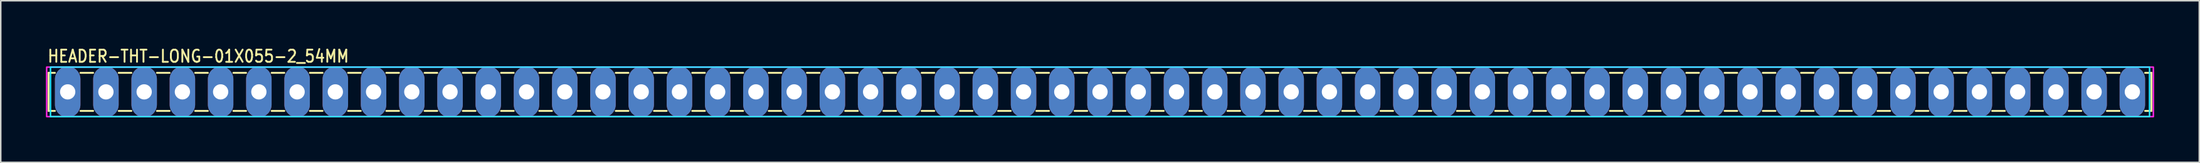
<source format=kicad_pcb>
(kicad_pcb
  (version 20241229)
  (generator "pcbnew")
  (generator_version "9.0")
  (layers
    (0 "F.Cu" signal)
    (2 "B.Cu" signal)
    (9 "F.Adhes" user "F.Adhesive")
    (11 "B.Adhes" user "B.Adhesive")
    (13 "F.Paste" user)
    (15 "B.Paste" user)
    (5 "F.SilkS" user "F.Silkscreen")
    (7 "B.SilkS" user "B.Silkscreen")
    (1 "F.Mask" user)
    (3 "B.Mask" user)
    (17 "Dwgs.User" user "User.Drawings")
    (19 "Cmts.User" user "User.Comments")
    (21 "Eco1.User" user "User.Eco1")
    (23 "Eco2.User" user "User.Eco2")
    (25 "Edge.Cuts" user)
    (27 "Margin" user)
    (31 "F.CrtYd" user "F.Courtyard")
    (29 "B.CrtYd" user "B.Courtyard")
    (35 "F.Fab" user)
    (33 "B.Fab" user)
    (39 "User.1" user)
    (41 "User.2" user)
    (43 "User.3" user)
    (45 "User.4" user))
  (footprint "HEADER-THT-LONG-01X055-2_54MM"
    (layer "F.Cu")
    (at 1.447 3.079)
    (property "Reference" "HEADER-THT-LONG-01X055-2_54MM" (at -1.4 -1.9 0) (unlocked yes) (layer "F.SilkS") (effects (font (size 0.813 0.695) (thickness 0.122)) (justify left bottom)))
    (fp_line (start -1.27 -1.27) (end -1.27 1.27) (stroke (width 0.127) (type solid)) (layer "F.SilkS"))
    (fp_line (start -1.27 1.27) (end -0.85 1.27) (stroke (width 0.127) (type solid)) (layer "F.SilkS"))
    (fp_line (start -0.85 -1.27) (end -1.27 -1.27) (stroke (width 0.127) (type solid)) (layer "F.SilkS"))
    (fp_line (start 0.85 -1.27) (end 1.69 -1.27) (stroke (width 0.127) (type solid)) (layer "F.SilkS"))
    (fp_line (start 0.85 1.27) (end 1.69 1.27) (stroke (width 0.127) (type solid)) (layer "F.SilkS"))
    (fp_line (start 3.39 -1.27) (end 4.23 -1.27) (stroke (width 0.127) (type solid)) (layer "F.SilkS"))
    (fp_line (start 3.39 1.27) (end 4.23 1.27) (stroke (width 0.127) (type solid)) (layer "F.SilkS"))
    (fp_line (start 5.93 -1.27) (end 6.77 -1.27) (stroke (width 0.127) (type solid)) (layer "F.SilkS"))
    (fp_line (start 5.93 1.27) (end 6.77 1.27) (stroke (width 0.127) (type solid)) (layer "F.SilkS"))
    (fp_line (start 8.47 -1.27) (end 9.31 -1.27) (stroke (width 0.127) (type solid)) (layer "F.SilkS"))
    (fp_line (start 8.47 1.27) (end 9.31 1.27) (stroke (width 0.127) (type solid)) (layer "F.SilkS"))
    (fp_line (start 11.01 -1.27) (end 11.85 -1.27) (stroke (width 0.127) (type solid)) (layer "F.SilkS"))
    (fp_line (start 11.01 1.27) (end 11.85 1.27) (stroke (width 0.127) (type solid)) (layer "F.SilkS"))
    (fp_line (start 13.55 -1.27) (end 14.39 -1.27) (stroke (width 0.127) (type solid)) (layer "F.SilkS"))
    (fp_line (start 13.55 1.27) (end 14.39 1.27) (stroke (width 0.127) (type solid)) (layer "F.SilkS"))
    (fp_line (start 16.09 -1.27) (end 16.93 -1.27) (stroke (width 0.127) (type solid)) (layer "F.SilkS"))
    (fp_line (start 16.09 1.27) (end 16.93 1.27) (stroke (width 0.127) (type solid)) (layer "F.SilkS"))
    (fp_line (start 18.63 -1.27) (end 19.47 -1.27) (stroke (width 0.127) (type solid)) (layer "F.SilkS"))
    (fp_line (start 18.63 1.27) (end 19.47 1.27) (stroke (width 0.127) (type solid)) (layer "F.SilkS"))
    (fp_line (start 21.17 -1.27) (end 22.01 -1.27) (stroke (width 0.127) (type solid)) (layer "F.SilkS"))
    (fp_line (start 21.17 1.27) (end 22.01 1.27) (stroke (width 0.127) (type solid)) (layer "F.SilkS"))
    (fp_line (start 23.71 -1.27) (end 24.55 -1.27) (stroke (width 0.127) (type solid)) (layer "F.SilkS"))
    (fp_line (start 23.71 1.27) (end 24.55 1.27) (stroke (width 0.127) (type solid)) (layer "F.SilkS"))
    (fp_line (start 26.25 -1.27) (end 27.09 -1.27) (stroke (width 0.127) (type solid)) (layer "F.SilkS"))
    (fp_line (start 26.25 1.27) (end 27.09 1.27) (stroke (width 0.127) (type solid)) (layer "F.SilkS"))
    (fp_line (start 28.79 -1.27) (end 29.63 -1.27) (stroke (width 0.127) (type solid)) (layer "F.SilkS"))
    (fp_line (start 28.79 1.27) (end 29.63 1.27) (stroke (width 0.127) (type solid)) (layer "F.SilkS"))
    (fp_line (start 31.33 -1.27) (end 32.17 -1.27) (stroke (width 0.127) (type solid)) (layer "F.SilkS"))
    (fp_line (start 31.33 1.27) (end 32.17 1.27) (stroke (width 0.127) (type solid)) (layer "F.SilkS"))
    (fp_line (start 33.87 -1.27) (end 34.71 -1.27) (stroke (width 0.127) (type solid)) (layer "F.SilkS"))
    (fp_line (start 33.87 1.27) (end 34.71 1.27) (stroke (width 0.127) (type solid)) (layer "F.SilkS"))
    (fp_line (start 36.41 -1.27) (end 37.25 -1.27) (stroke (width 0.127) (type solid)) (layer "F.SilkS"))
    (fp_line (start 36.41 1.27) (end 37.25 1.27) (stroke (width 0.127) (type solid)) (layer "F.SilkS"))
    (fp_line (start 38.95 -1.27) (end 39.79 -1.27) (stroke (width 0.127) (type solid)) (layer "F.SilkS"))
    (fp_line (start 38.95 1.27) (end 39.79 1.27) (stroke (width 0.127) (type solid)) (layer "F.SilkS"))
    (fp_line (start 41.49 -1.27) (end 42.33 -1.27) (stroke (width 0.127) (type solid)) (layer "F.SilkS"))
    (fp_line (start 41.49 1.27) (end 42.33 1.27) (stroke (width 0.127) (type solid)) (layer "F.SilkS"))
    (fp_line (start 44.03 -1.27) (end 44.87 -1.27) (stroke (width 0.127) (type solid)) (layer "F.SilkS"))
    (fp_line (start 44.03 1.27) (end 44.87 1.27) (stroke (width 0.127) (type solid)) (layer "F.SilkS"))
    (fp_line (start 46.57 -1.27) (end 47.41 -1.27) (stroke (width 0.127) (type solid)) (layer "F.SilkS"))
    (fp_line (start 46.57 1.27) (end 47.41 1.27) (stroke (width 0.127) (type solid)) (layer "F.SilkS"))
    (fp_line (start 49.11 -1.27) (end 49.95 -1.27) (stroke (width 0.127) (type solid)) (layer "F.SilkS"))
    (fp_line (start 49.11 1.27) (end 49.95 1.27) (stroke (width 0.127) (type solid)) (layer "F.SilkS"))
    (fp_line (start 51.65 -1.27) (end 52.49 -1.27) (stroke (width 0.127) (type solid)) (layer "F.SilkS"))
    (fp_line (start 51.65 1.27) (end 52.49 1.27) (stroke (width 0.127) (type solid)) (layer "F.SilkS"))
    (fp_line (start 54.19 -1.27) (end 55.03 -1.27) (stroke (width 0.127) (type solid)) (layer "F.SilkS"))
    (fp_line (start 54.19 1.27) (end 55.03 1.27) (stroke (width 0.127) (type solid)) (layer "F.SilkS"))
    (fp_line (start 56.73 -1.27) (end 57.57 -1.27) (stroke (width 0.127) (type solid)) (layer "F.SilkS"))
    (fp_line (start 56.73 1.27) (end 57.57 1.27) (stroke (width 0.127) (type solid)) (layer "F.SilkS"))
    (fp_line (start 59.27 -1.27) (end 60.11 -1.27) (stroke (width 0.127) (type solid)) (layer "F.SilkS"))
    (fp_line (start 59.27 1.27) (end 60.11 1.27) (stroke (width 0.127) (type solid)) (layer "F.SilkS"))
    (fp_line (start 61.81 -1.27) (end 62.65 -1.27) (stroke (width 0.127) (type solid)) (layer "F.SilkS"))
    (fp_line (start 61.81 1.27) (end 62.65 1.27) (stroke (width 0.127) (type solid)) (layer "F.SilkS"))
    (fp_line (start 64.35 -1.27) (end 65.19 -1.27) (stroke (width 0.127) (type solid)) (layer "F.SilkS"))
    (fp_line (start 64.35 1.27) (end 65.19 1.27) (stroke (width 0.127) (type solid)) (layer "F.SilkS"))
    (fp_line (start 66.89 -1.27) (end 67.73 -1.27) (stroke (width 0.127) (type solid)) (layer "F.SilkS"))
    (fp_line (start 66.89 1.27) (end 67.73 1.27) (stroke (width 0.127) (type solid)) (layer "F.SilkS"))
    (fp_line (start 69.43 -1.27) (end 70.27 -1.27) (stroke (width 0.127) (type solid)) (layer "F.SilkS"))
    (fp_line (start 69.43 1.27) (end 70.27 1.27) (stroke (width 0.127) (type solid)) (layer "F.SilkS"))
    (fp_line (start 71.97 -1.27) (end 72.81 -1.27) (stroke (width 0.127) (type solid)) (layer "F.SilkS"))
    (fp_line (start 71.97 1.27) (end 72.81 1.27) (stroke (width 0.127) (type solid)) (layer "F.SilkS"))
    (fp_line (start 74.51 -1.27) (end 75.35 -1.27) (stroke (width 0.127) (type solid)) (layer "F.SilkS"))
    (fp_line (start 74.51 1.27) (end 75.35 1.27) (stroke (width 0.127) (type solid)) (layer "F.SilkS"))
    (fp_line (start 77.05 -1.27) (end 77.89 -1.27) (stroke (width 0.127) (type solid)) (layer "F.SilkS"))
    (fp_line (start 77.05 1.27) (end 77.89 1.27) (stroke (width 0.127) (type solid)) (layer "F.SilkS"))
    (fp_line (start 79.59 -1.27) (end 80.43 -1.27) (stroke (width 0.127) (type solid)) (layer "F.SilkS"))
    (fp_line (start 79.59 1.27) (end 80.43 1.27) (stroke (width 0.127) (type solid)) (layer "F.SilkS"))
    (fp_line (start 82.13 -1.27) (end 82.97 -1.27) (stroke (width 0.127) (type solid)) (layer "F.SilkS"))
    (fp_line (start 82.13 1.27) (end 82.97 1.27) (stroke (width 0.127) (type solid)) (layer "F.SilkS"))
    (fp_line (start 84.67 -1.27) (end 85.51 -1.27) (stroke (width 0.127) (type solid)) (layer "F.SilkS"))
    (fp_line (start 84.67 1.27) (end 85.51 1.27) (stroke (width 0.127) (type solid)) (layer "F.SilkS"))
    (fp_line (start 87.21 -1.27) (end 88.05 -1.27) (stroke (width 0.127) (type solid)) (layer "F.SilkS"))
    (fp_line (start 87.21 1.27) (end 88.05 1.27) (stroke (width 0.127) (type solid)) (layer "F.SilkS"))
    (fp_line (start 89.75 -1.27) (end 90.59 -1.27) (stroke (width 0.127) (type solid)) (layer "F.SilkS"))
    (fp_line (start 89.75 1.27) (end 90.59 1.27) (stroke (width 0.127) (type solid)) (layer "F.SilkS"))
    (fp_line (start 92.29 -1.27) (end 93.13 -1.27) (stroke (width 0.127) (type solid)) (layer "F.SilkS"))
    (fp_line (start 92.29 1.27) (end 93.13 1.27) (stroke (width 0.127) (type solid)) (layer "F.SilkS"))
    (fp_line (start 94.83 -1.27) (end 95.67 -1.27) (stroke (width 0.127) (type solid)) (layer "F.SilkS"))
    (fp_line (start 94.83 1.27) (end 95.67 1.27) (stroke (width 0.127) (type solid)) (layer "F.SilkS"))
    (fp_line (start 97.37 -1.27) (end 98.21 -1.27) (stroke (width 0.127) (type solid)) (layer "F.SilkS"))
    (fp_line (start 97.37 1.27) (end 98.21 1.27) (stroke (width 0.127) (type solid)) (layer "F.SilkS"))
    (fp_line (start 99.91 -1.27) (end 100.75 -1.27) (stroke (width 0.127) (type solid)) (layer "F.SilkS"))
    (fp_line (start 99.91 1.27) (end 100.75 1.27) (stroke (width 0.127) (type solid)) (layer "F.SilkS"))
    (fp_line (start 102.45 -1.27) (end 103.29 -1.27) (stroke (width 0.127) (type solid)) (layer "F.SilkS"))
    (fp_line (start 102.45 1.27) (end 103.29 1.27) (stroke (width 0.127) (type solid)) (layer "F.SilkS"))
    (fp_line (start 104.99 -1.27) (end 105.83 -1.27) (stroke (width 0.127) (type solid)) (layer "F.SilkS"))
    (fp_line (start 104.99 1.27) (end 105.83 1.27) (stroke (width 0.127) (type solid)) (layer "F.SilkS"))
    (fp_line (start 107.53 -1.27) (end 108.37 -1.27) (stroke (width 0.127) (type solid)) (layer "F.SilkS"))
    (fp_line (start 107.53 1.27) (end 108.37 1.27) (stroke (width 0.127) (type solid)) (layer "F.SilkS"))
    (fp_line (start 110.07 -1.27) (end 110.91 -1.27) (stroke (width 0.127) (type solid)) (layer "F.SilkS"))
    (fp_line (start 110.07 1.27) (end 110.91 1.27) (stroke (width 0.127) (type solid)) (layer "F.SilkS"))
    (fp_line (start 112.61 -1.27) (end 113.45 -1.27) (stroke (width 0.127) (type solid)) (layer "F.SilkS"))
    (fp_line (start 112.61 1.27) (end 113.45 1.27) (stroke (width 0.127) (type solid)) (layer "F.SilkS"))
    (fp_line (start 115.15 -1.27) (end 115.99 -1.27) (stroke (width 0.127) (type solid)) (layer "F.SilkS"))
    (fp_line (start 115.15 1.27) (end 115.99 1.27) (stroke (width 0.127) (type solid)) (layer "F.SilkS"))
    (fp_line (start 117.69 -1.27) (end 118.53 -1.27) (stroke (width 0.127) (type solid)) (layer "F.SilkS"))
    (fp_line (start 117.69 1.27) (end 118.53 1.27) (stroke (width 0.127) (type solid)) (layer "F.SilkS"))
    (fp_line (start 120.23 -1.27) (end 121.07 -1.27) (stroke (width 0.127) (type solid)) (layer "F.SilkS"))
    (fp_line (start 120.23 1.27) (end 121.07 1.27) (stroke (width 0.127) (type solid)) (layer "F.SilkS"))
    (fp_line (start 122.77 -1.27) (end 123.61 -1.27) (stroke (width 0.127) (type solid)) (layer "F.SilkS"))
    (fp_line (start 122.77 1.27) (end 123.61 1.27) (stroke (width 0.127) (type solid)) (layer "F.SilkS"))
    (fp_line (start 125.31 -1.27) (end 126.15 -1.27) (stroke (width 0.127) (type solid)) (layer "F.SilkS"))
    (fp_line (start 125.31 1.27) (end 126.15 1.27) (stroke (width 0.127) (type solid)) (layer "F.SilkS"))
    (fp_line (start 127.85 -1.27) (end 128.69 -1.27) (stroke (width 0.127) (type solid)) (layer "F.SilkS"))
    (fp_line (start 127.85 1.27) (end 128.69 1.27) (stroke (width 0.127) (type solid)) (layer "F.SilkS"))
    (fp_line (start 130.39 -1.27) (end 131.23 -1.27) (stroke (width 0.127) (type solid)) (layer "F.SilkS"))
    (fp_line (start 130.39 1.27) (end 131.23 1.27) (stroke (width 0.127) (type solid)) (layer "F.SilkS"))
    (fp_line (start 132.93 -1.27) (end 133.77 -1.27) (stroke (width 0.127) (type solid)) (layer "F.SilkS"))
    (fp_line (start 132.93 1.27) (end 133.77 1.27) (stroke (width 0.127) (type solid)) (layer "F.SilkS"))
    (fp_line (start 135.47 -1.27) (end 136.31 -1.27) (stroke (width 0.127) (type solid)) (layer "F.SilkS"))
    (fp_line (start 135.47 1.27) (end 136.31 1.27) (stroke (width 0.127) (type solid)) (layer "F.SilkS"))
    (fp_line (start 138.01 -1.27) (end 138.43 -1.27) (stroke (width 0.127) (type solid)) (layer "F.SilkS"))
    (fp_line (start 138.43 -1.27) (end 138.43 1.27) (stroke (width 0.127) (type solid)) (layer "F.SilkS"))
    (fp_line (start 138.43 1.27) (end 138.01 1.27) (stroke (width 0.127) (type solid)) (layer "F.SilkS"))
    (fp_poly (pts (xy -1.143 -1.651) (xy 138.303 -1.651) (xy 138.303 1.651) (xy -1.143 1.651)) (stroke (width 0.1) (type solid)) (fill no) (layer "B.CrtYd"))
    (fp_poly (pts (xy -1.397 -1.651) (xy 138.557 -1.651) (xy 138.557 1.651) (xy -1.397 1.651)) (stroke (width 0.1) (type solid)) (fill no) (layer "F.CrtYd"))
    (pad "1" thru_hole oval (at 0 0 90) (size 3.387 1.693) (drill 1.016) (layers "*.Cu" "*.Mask"))
    (pad "2" thru_hole oval (at 2.54 0 90) (size 3.387 1.693) (drill 1.016) (layers "*.Cu" "*.Mask"))
    (pad "3" thru_hole oval (at 5.08 0 90) (size 3.387 1.693) (drill 1.016) (layers "*.Cu" "*.Mask"))
    (pad "4" thru_hole oval (at 7.62 0 90) (size 3.387 1.693) (drill 1.016) (layers "*.Cu" "*.Mask"))
    (pad "5" thru_hole oval (at 10.16 0 90) (size 3.387 1.693) (drill 1.016) (layers "*.Cu" "*.Mask"))
    (pad "6" thru_hole oval (at 12.7 0 90) (size 3.387 1.693) (drill 1.016) (layers "*.Cu" "*.Mask"))
    (pad "7" thru_hole oval (at 15.24 0 90) (size 3.387 1.693) (drill 1.016) (layers "*.Cu" "*.Mask"))
    (pad "8" thru_hole oval (at 17.78 0 90) (size 3.387 1.693) (drill 1.016) (layers "*.Cu" "*.Mask"))
    (pad "9" thru_hole oval (at 20.32 0 90) (size 3.387 1.693) (drill 1.016) (layers "*.Cu" "*.Mask"))
    (pad "10" thru_hole oval (at 22.86 0 90) (size 3.387 1.693) (drill 1.016) (layers "*.Cu" "*.Mask"))
    (pad "11" thru_hole oval (at 25.4 0 90) (size 3.387 1.693) (drill 1.016) (layers "*.Cu" "*.Mask"))
    (pad "12" thru_hole oval (at 27.94 0 90) (size 3.387 1.693) (drill 1.016) (layers "*.Cu" "*.Mask"))
    (pad "13" thru_hole oval (at 30.48 0 90) (size 3.387 1.693) (drill 1.016) (layers "*.Cu" "*.Mask"))
    (pad "14" thru_hole oval (at 33.02 0 90) (size 3.387 1.693) (drill 1.016) (layers "*.Cu" "*.Mask"))
    (pad "15" thru_hole oval (at 35.56 0 90) (size 3.387 1.693) (drill 1.016) (layers "*.Cu" "*.Mask"))
    (pad "16" thru_hole oval (at 38.1 0 90) (size 3.387 1.693) (drill 1.016) (layers "*.Cu" "*.Mask"))
    (pad "17" thru_hole oval (at 40.64 0 90) (size 3.387 1.693) (drill 1.016) (layers "*.Cu" "*.Mask"))
    (pad "18" thru_hole oval (at 43.18 0 90) (size 3.387 1.693) (drill 1.016) (layers "*.Cu" "*.Mask"))
    (pad "19" thru_hole oval (at 45.72 0 90) (size 3.387 1.693) (drill 1.016) (layers "*.Cu" "*.Mask"))
    (pad "20" thru_hole oval (at 48.26 0 90) (size 3.387 1.693) (drill 1.016) (layers "*.Cu" "*.Mask"))
    (pad "21" thru_hole oval (at 50.8 0 90) (size 3.387 1.693) (drill 1.016) (layers "*.Cu" "*.Mask"))
    (pad "22" thru_hole oval (at 53.34 0 90) (size 3.387 1.693) (drill 1.016) (layers "*.Cu" "*.Mask"))
    (pad "23" thru_hole oval (at 55.88 0 90) (size 3.387 1.693) (drill 1.016) (layers "*.Cu" "*.Mask"))
    (pad "24" thru_hole oval (at 58.42 0 90) (size 3.387 1.693) (drill 1.016) (layers "*.Cu" "*.Mask"))
    (pad "25" thru_hole oval (at 60.96 0 90) (size 3.387 1.693) (drill 1.016) (layers "*.Cu" "*.Mask"))
    (pad "26" thru_hole oval (at 63.5 0 90) (size 3.387 1.693) (drill 1.016) (layers "*.Cu" "*.Mask"))
    (pad "27" thru_hole oval (at 66.04 0 90) (size 3.387 1.693) (drill 1.016) (layers "*.Cu" "*.Mask"))
    (pad "28" thru_hole oval (at 68.58 0 90) (size 3.387 1.693) (drill 1.016) (layers "*.Cu" "*.Mask"))
    (pad "29" thru_hole oval (at 71.12 0 90) (size 3.387 1.693) (drill 1.016) (layers "*.Cu" "*.Mask"))
    (pad "30" thru_hole oval (at 73.66 0 90) (size 3.387 1.693) (drill 1.016) (layers "*.Cu" "*.Mask"))
    (pad "31" thru_hole oval (at 76.2 0 90) (size 3.387 1.693) (drill 1.016) (layers "*.Cu" "*.Mask"))
    (pad "32" thru_hole oval (at 78.74 0 90) (size 3.387 1.693) (drill 1.016) (layers "*.Cu" "*.Mask"))
    (pad "33" thru_hole oval (at 81.28 0 90) (size 3.387 1.693) (drill 1.016) (layers "*.Cu" "*.Mask"))
    (pad "34" thru_hole oval (at 83.82 0 90) (size 3.387 1.693) (drill 1.016) (layers "*.Cu" "*.Mask"))
    (pad "35" thru_hole oval (at 86.36 0 90) (size 3.387 1.693) (drill 1.016) (layers "*.Cu" "*.Mask"))
    (pad "36" thru_hole oval (at 88.9 0 90) (size 3.387 1.693) (drill 1.016) (layers "*.Cu" "*.Mask"))
    (pad "37" thru_hole oval (at 91.44 0 90) (size 3.387 1.693) (drill 1.016) (layers "*.Cu" "*.Mask"))
    (pad "38" thru_hole oval (at 93.98 0 90) (size 3.387 1.693) (drill 1.016) (layers "*.Cu" "*.Mask"))
    (pad "39" thru_hole oval (at 96.52 0 90) (size 3.387 1.693) (drill 1.016) (layers "*.Cu" "*.Mask"))
    (pad "40" thru_hole oval (at 99.06 0 90) (size 3.387 1.693) (drill 1.016) (layers "*.Cu" "*.Mask"))
    (pad "41" thru_hole oval (at 101.6 0 90) (size 3.387 1.693) (drill 1.016) (layers "*.Cu" "*.Mask"))
    (pad "42" thru_hole oval (at 104.14 0 90) (size 3.387 1.693) (drill 1.016) (layers "*.Cu" "*.Mask"))
    (pad "43" thru_hole oval (at 106.68 0 90) (size 3.387 1.693) (drill 1.016) (layers "*.Cu" "*.Mask"))
    (pad "44" thru_hole oval (at 109.22 0 90) (size 3.387 1.693) (drill 1.016) (layers "*.Cu" "*.Mask"))
    (pad "45" thru_hole oval (at 111.76 0 90) (size 3.387 1.693) (drill 1.016) (layers "*.Cu" "*.Mask"))
    (pad "46" thru_hole oval (at 114.3 0 90) (size 3.387 1.693) (drill 1.016) (layers "*.Cu" "*.Mask"))
    (pad "47" thru_hole oval (at 116.84 0 90) (size 3.387 1.693) (drill 1.016) (layers "*.Cu" "*.Mask"))
    (pad "48" thru_hole oval (at 119.38 0 90) (size 3.387 1.693) (drill 1.016) (layers "*.Cu" "*.Mask"))
    (pad "49" thru_hole oval (at 121.92 0 90) (size 3.387 1.693) (drill 1.016) (layers "*.Cu" "*.Mask"))
    (pad "50" thru_hole oval (at 124.46 0 90) (size 3.387 1.693) (drill 1.016) (layers "*.Cu" "*.Mask"))
    (pad "51" thru_hole oval (at 127 0 90) (size 3.387 1.693) (drill 1.016) (layers "*.Cu" "*.Mask"))
    (pad "52" thru_hole oval (at 129.54 0 90) (size 3.387 1.693) (drill 1.016) (layers "*.Cu" "*.Mask"))
    (pad "53" thru_hole oval (at 132.08 0 90) (size 3.387 1.693) (drill 1.016) (layers "*.Cu" "*.Mask"))
    (pad "54" thru_hole oval (at 134.62 0 90) (size 3.387 1.693) (drill 1.016) (layers "*.Cu" "*.Mask"))
    (pad "55" thru_hole oval (at 137.16 0 90) (size 3.387 1.693) (drill 1.016) (layers "*.Cu" "*.Mask")))
  (gr_rect
    (start -3 -3)
    (end 143.054 7.78)
    (stroke (width 0.1) (type default))
    (fill no)
    (layer "Edge.Cuts")))
</source>
